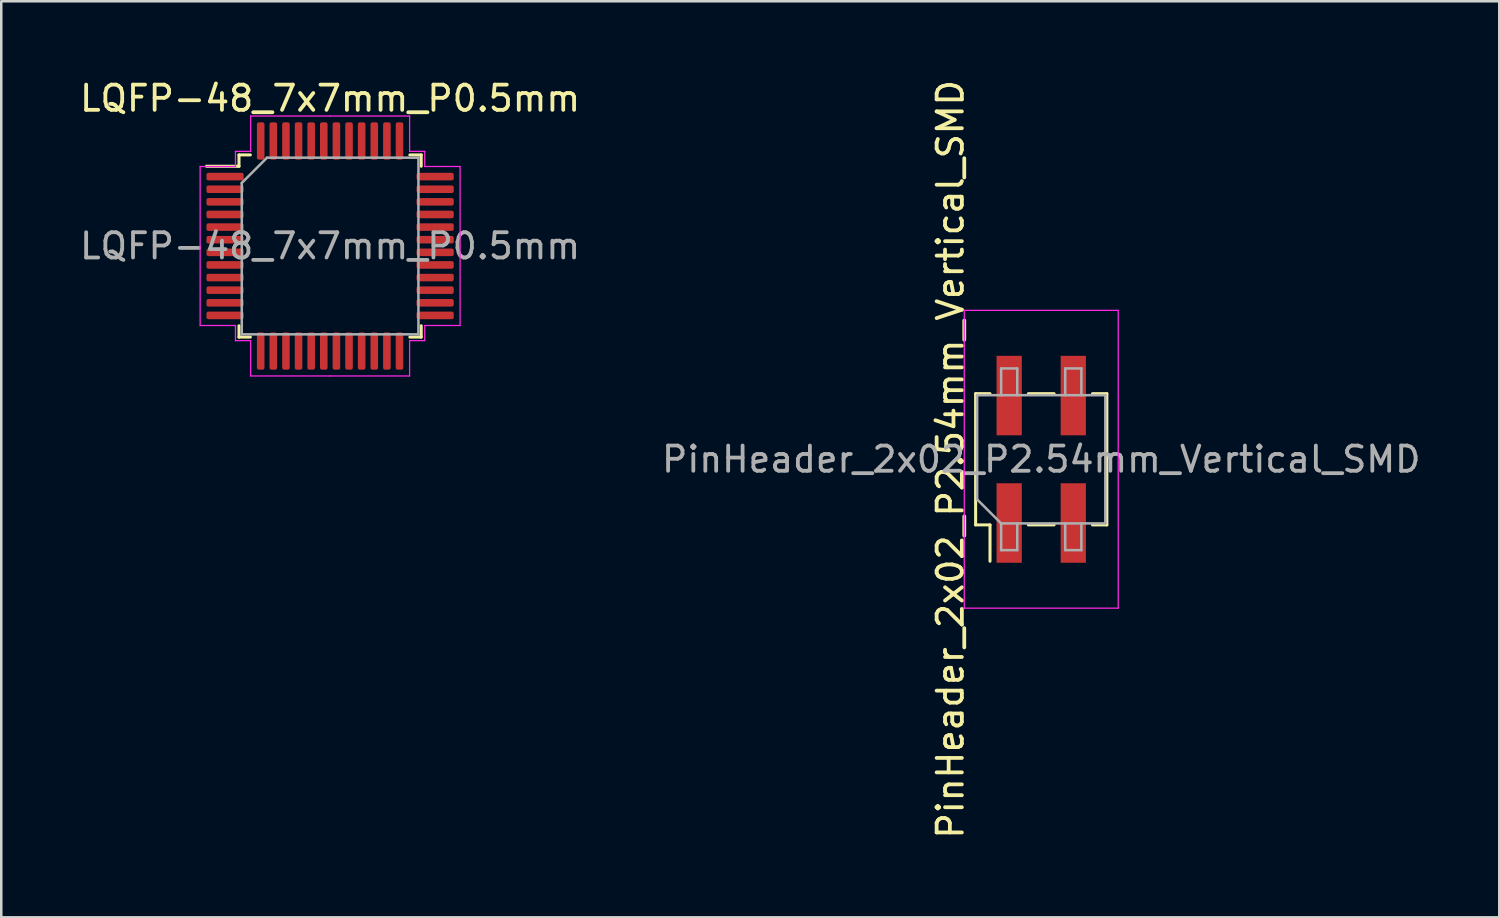
<source format=kicad_pcb>
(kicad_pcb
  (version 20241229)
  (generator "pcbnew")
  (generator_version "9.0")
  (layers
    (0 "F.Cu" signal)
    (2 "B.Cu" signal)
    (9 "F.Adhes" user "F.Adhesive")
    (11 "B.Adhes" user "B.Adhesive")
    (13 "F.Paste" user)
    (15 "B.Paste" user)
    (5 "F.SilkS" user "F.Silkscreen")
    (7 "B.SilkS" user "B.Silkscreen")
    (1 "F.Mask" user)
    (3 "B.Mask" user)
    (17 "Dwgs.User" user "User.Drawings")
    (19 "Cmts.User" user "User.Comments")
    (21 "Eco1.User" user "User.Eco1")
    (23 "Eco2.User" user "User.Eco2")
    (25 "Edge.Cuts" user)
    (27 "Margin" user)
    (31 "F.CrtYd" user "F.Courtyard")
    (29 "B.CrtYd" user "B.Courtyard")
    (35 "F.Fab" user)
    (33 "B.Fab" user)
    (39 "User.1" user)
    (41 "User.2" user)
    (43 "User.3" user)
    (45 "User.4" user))
  (footprint "LQFP-48_7x7mm_P0.5mm"
    (layer "F.Cu")
    (at 10.03 6.698)
    (property "Reference" "LQFP-48_7x7mm_P0.5mm" (at 0 -5.85 0) (layer "F.SilkS") (effects (font (size 1 1) (thickness 0.15))))
    (attr smd)
    (fp_line (start -3.61 -3.61) (end -3.61 -3.16) (stroke (width 0.12) (type solid)) (layer "F.SilkS"))
    (fp_line (start -3.61 -3.16) (end -4.9 -3.16) (stroke (width 0.12) (type solid)) (layer "F.SilkS"))
    (fp_line (start -3.61 3.61) (end -3.61 3.16) (stroke (width 0.12) (type solid)) (layer "F.SilkS"))
    (fp_line (start -3.16 -3.61) (end -3.61 -3.61) (stroke (width 0.12) (type solid)) (layer "F.SilkS"))
    (fp_line (start -3.16 3.61) (end -3.61 3.61) (stroke (width 0.12) (type solid)) (layer "F.SilkS"))
    (fp_line (start 3.16 -3.61) (end 3.61 -3.61) (stroke (width 0.12) (type solid)) (layer "F.SilkS"))
    (fp_line (start 3.16 3.61) (end 3.61 3.61) (stroke (width 0.12) (type solid)) (layer "F.SilkS"))
    (fp_line (start 3.61 -3.61) (end 3.61 -3.16) (stroke (width 0.12) (type solid)) (layer "F.SilkS"))
    (fp_line (start 3.61 3.61) (end 3.61 3.16) (stroke (width 0.12) (type solid)) (layer "F.SilkS"))
    (fp_line (start -5.15 -3.15) (end -5.15 0) (stroke (width 0.05) (type solid)) (layer "F.CrtYd"))
    (fp_line (start -5.15 3.15) (end -5.15 0) (stroke (width 0.05) (type solid)) (layer "F.CrtYd"))
    (fp_line (start -3.75 -3.75) (end -3.75 -3.15) (stroke (width 0.05) (type solid)) (layer "F.CrtYd"))
    (fp_line (start -3.75 -3.15) (end -5.15 -3.15) (stroke (width 0.05) (type solid)) (layer "F.CrtYd"))
    (fp_line (start -3.75 3.15) (end -5.15 3.15) (stroke (width 0.05) (type solid)) (layer "F.CrtYd"))
    (fp_line (start -3.75 3.75) (end -3.75 3.15) (stroke (width 0.05) (type solid)) (layer "F.CrtYd"))
    (fp_line (start -3.15 -5.15) (end -3.15 -3.75) (stroke (width 0.05) (type solid)) (layer "F.CrtYd"))
    (fp_line (start -3.15 -3.75) (end -3.75 -3.75) (stroke (width 0.05) (type solid)) (layer "F.CrtYd"))
    (fp_line (start -3.15 3.75) (end -3.75 3.75) (stroke (width 0.05) (type solid)) (layer "F.CrtYd"))
    (fp_line (start -3.15 5.15) (end -3.15 3.75) (stroke (width 0.05) (type solid)) (layer "F.CrtYd"))
    (fp_line (start 0 -5.15) (end -3.15 -5.15) (stroke (width 0.05) (type solid)) (layer "F.CrtYd"))
    (fp_line (start 0 -5.15) (end 3.15 -5.15) (stroke (width 0.05) (type solid)) (layer "F.CrtYd"))
    (fp_line (start 0 5.15) (end -3.15 5.15) (stroke (width 0.05) (type solid)) (layer "F.CrtYd"))
    (fp_line (start 0 5.15) (end 3.15 5.15) (stroke (width 0.05) (type solid)) (layer "F.CrtYd"))
    (fp_line (start 3.15 -5.15) (end 3.15 -3.75) (stroke (width 0.05) (type solid)) (layer "F.CrtYd"))
    (fp_line (start 3.15 -3.75) (end 3.75 -3.75) (stroke (width 0.05) (type solid)) (layer "F.CrtYd"))
    (fp_line (start 3.15 3.75) (end 3.75 3.75) (stroke (width 0.05) (type solid)) (layer "F.CrtYd"))
    (fp_line (start 3.15 5.15) (end 3.15 3.75) (stroke (width 0.05) (type solid)) (layer "F.CrtYd"))
    (fp_line (start 3.75 -3.75) (end 3.75 -3.15) (stroke (width 0.05) (type solid)) (layer "F.CrtYd"))
    (fp_line (start 3.75 -3.15) (end 5.15 -3.15) (stroke (width 0.05) (type solid)) (layer "F.CrtYd"))
    (fp_line (start 3.75 3.15) (end 5.15 3.15) (stroke (width 0.05) (type solid)) (layer "F.CrtYd"))
    (fp_line (start 3.75 3.75) (end 3.75 3.15) (stroke (width 0.05) (type solid)) (layer "F.CrtYd"))
    (fp_line (start 5.15 -3.15) (end 5.15 0) (stroke (width 0.05) (type solid)) (layer "F.CrtYd"))
    (fp_line (start 5.15 3.15) (end 5.15 0) (stroke (width 0.05) (type solid)) (layer "F.CrtYd"))
    (fp_line (start -3.5 -2.5) (end -2.5 -3.5) (stroke (width 0.1) (type solid)) (layer "F.Fab"))
    (fp_line (start -3.5 3.5) (end -3.5 -2.5) (stroke (width 0.1) (type solid)) (layer "F.Fab"))
    (fp_line (start -2.5 -3.5) (end 3.5 -3.5) (stroke (width 0.1) (type solid)) (layer "F.Fab"))
    (fp_line (start 3.5 -3.5) (end 3.5 3.5) (stroke (width 0.1) (type solid)) (layer "F.Fab"))
    (fp_line (start 3.5 3.5) (end -3.5 3.5) (stroke (width 0.1) (type solid)) (layer "F.Fab"))
    (fp_text user "${REFERENCE}" (at 0 0 0) (layer "F.Fab") (effects (font (size 1 1) (thickness 0.15))))
    (pad "1" smd roundrect (at -4.162 -2.75) (size 1.475 0.3) (layers "F.Cu" "F.Mask" "F.Paste") (roundrect_rratio 0.25))
    (pad "2" smd roundrect (at -4.162 -2.25) (size 1.475 0.3) (layers "F.Cu" "F.Mask" "F.Paste") (roundrect_rratio 0.25))
    (pad "3" smd roundrect (at -4.162 -1.75) (size 1.475 0.3) (layers "F.Cu" "F.Mask" "F.Paste") (roundrect_rratio 0.25))
    (pad "4" smd roundrect (at -4.162 -1.25) (size 1.475 0.3) (layers "F.Cu" "F.Mask" "F.Paste") (roundrect_rratio 0.25))
    (pad "5" smd roundrect (at -4.162 -0.75) (size 1.475 0.3) (layers "F.Cu" "F.Mask" "F.Paste") (roundrect_rratio 0.25))
    (pad "6" smd roundrect (at -4.162 -0.25) (size 1.475 0.3) (layers "F.Cu" "F.Mask" "F.Paste") (roundrect_rratio 0.25))
    (pad "7" smd roundrect (at -4.162 0.25) (size 1.475 0.3) (layers "F.Cu" "F.Mask" "F.Paste") (roundrect_rratio 0.25))
    (pad "8" smd roundrect (at -4.162 0.75) (size 1.475 0.3) (layers "F.Cu" "F.Mask" "F.Paste") (roundrect_rratio 0.25))
    (pad "9" smd roundrect (at -4.162 1.25) (size 1.475 0.3) (layers "F.Cu" "F.Mask" "F.Paste") (roundrect_rratio 0.25))
    (pad "10" smd roundrect (at -4.162 1.75) (size 1.475 0.3) (layers "F.Cu" "F.Mask" "F.Paste") (roundrect_rratio 0.25))
    (pad "11" smd roundrect (at -4.162 2.25) (size 1.475 0.3) (layers "F.Cu" "F.Mask" "F.Paste") (roundrect_rratio 0.25))
    (pad "12" smd roundrect (at -4.162 2.75) (size 1.475 0.3) (layers "F.Cu" "F.Mask" "F.Paste") (roundrect_rratio 0.25))
    (pad "13" smd roundrect (at -2.75 4.162) (size 0.3 1.475) (layers "F.Cu" "F.Mask" "F.Paste") (roundrect_rratio 0.25))
    (pad "14" smd roundrect (at -2.25 4.162) (size 0.3 1.475) (layers "F.Cu" "F.Mask" "F.Paste") (roundrect_rratio 0.25))
    (pad "15" smd roundrect (at -1.75 4.162) (size 0.3 1.475) (layers "F.Cu" "F.Mask" "F.Paste") (roundrect_rratio 0.25))
    (pad "16" smd roundrect (at -1.25 4.162) (size 0.3 1.475) (layers "F.Cu" "F.Mask" "F.Paste") (roundrect_rratio 0.25))
    (pad "17" smd roundrect (at -0.75 4.162) (size 0.3 1.475) (layers "F.Cu" "F.Mask" "F.Paste") (roundrect_rratio 0.25))
    (pad "18" smd roundrect (at -0.25 4.162) (size 0.3 1.475) (layers "F.Cu" "F.Mask" "F.Paste") (roundrect_rratio 0.25))
    (pad "19" smd roundrect (at 0.25 4.162) (size 0.3 1.475) (layers "F.Cu" "F.Mask" "F.Paste") (roundrect_rratio 0.25))
    (pad "20" smd roundrect (at 0.75 4.162) (size 0.3 1.475) (layers "F.Cu" "F.Mask" "F.Paste") (roundrect_rratio 0.25))
    (pad "21" smd roundrect (at 1.25 4.162) (size 0.3 1.475) (layers "F.Cu" "F.Mask" "F.Paste") (roundrect_rratio 0.25))
    (pad "22" smd roundrect (at 1.75 4.162) (size 0.3 1.475) (layers "F.Cu" "F.Mask" "F.Paste") (roundrect_rratio 0.25))
    (pad "23" smd roundrect (at 2.25 4.162) (size 0.3 1.475) (layers "F.Cu" "F.Mask" "F.Paste") (roundrect_rratio 0.25))
    (pad "24" smd roundrect (at 2.75 4.162) (size 0.3 1.475) (layers "F.Cu" "F.Mask" "F.Paste") (roundrect_rratio 0.25))
    (pad "25" smd roundrect (at 4.162 2.75) (size 1.475 0.3) (layers "F.Cu" "F.Mask" "F.Paste") (roundrect_rratio 0.25))
    (pad "26" smd roundrect (at 4.162 2.25) (size 1.475 0.3) (layers "F.Cu" "F.Mask" "F.Paste") (roundrect_rratio 0.25))
    (pad "27" smd roundrect (at 4.162 1.75) (size 1.475 0.3) (layers "F.Cu" "F.Mask" "F.Paste") (roundrect_rratio 0.25))
    (pad "28" smd roundrect (at 4.162 1.25) (size 1.475 0.3) (layers "F.Cu" "F.Mask" "F.Paste") (roundrect_rratio 0.25))
    (pad "29" smd roundrect (at 4.162 0.75) (size 1.475 0.3) (layers "F.Cu" "F.Mask" "F.Paste") (roundrect_rratio 0.25))
    (pad "30" smd roundrect (at 4.162 0.25) (size 1.475 0.3) (layers "F.Cu" "F.Mask" "F.Paste") (roundrect_rratio 0.25))
    (pad "31" smd roundrect (at 4.162 -0.25) (size 1.475 0.3) (layers "F.Cu" "F.Mask" "F.Paste") (roundrect_rratio 0.25))
    (pad "32" smd roundrect (at 4.162 -0.75) (size 1.475 0.3) (layers "F.Cu" "F.Mask" "F.Paste") (roundrect_rratio 0.25))
    (pad "33" smd roundrect (at 4.162 -1.25) (size 1.475 0.3) (layers "F.Cu" "F.Mask" "F.Paste") (roundrect_rratio 0.25))
    (pad "34" smd roundrect (at 4.162 -1.75) (size 1.475 0.3) (layers "F.Cu" "F.Mask" "F.Paste") (roundrect_rratio 0.25))
    (pad "35" smd roundrect (at 4.162 -2.25) (size 1.475 0.3) (layers "F.Cu" "F.Mask" "F.Paste") (roundrect_rratio 0.25))
    (pad "36" smd roundrect (at 4.162 -2.75) (size 1.475 0.3) (layers "F.Cu" "F.Mask" "F.Paste") (roundrect_rratio 0.25))
    (pad "37" smd roundrect (at 2.75 -4.162) (size 0.3 1.475) (layers "F.Cu" "F.Mask" "F.Paste") (roundrect_rratio 0.25))
    (pad "38" smd roundrect (at 2.25 -4.162) (size 0.3 1.475) (layers "F.Cu" "F.Mask" "F.Paste") (roundrect_rratio 0.25))
    (pad "39" smd roundrect (at 1.75 -4.162) (size 0.3 1.475) (layers "F.Cu" "F.Mask" "F.Paste") (roundrect_rratio 0.25))
    (pad "40" smd roundrect (at 1.25 -4.162) (size 0.3 1.475) (layers "F.Cu" "F.Mask" "F.Paste") (roundrect_rratio 0.25))
    (pad "41" smd roundrect (at 0.75 -4.162) (size 0.3 1.475) (layers "F.Cu" "F.Mask" "F.Paste") (roundrect_rratio 0.25))
    (pad "42" smd roundrect (at 0.25 -4.162) (size 0.3 1.475) (layers "F.Cu" "F.Mask" "F.Paste") (roundrect_rratio 0.25))
    (pad "43" smd roundrect (at -0.25 -4.162) (size 0.3 1.475) (layers "F.Cu" "F.Mask" "F.Paste") (roundrect_rratio 0.25))
    (pad "44" smd roundrect (at -0.75 -4.162) (size 0.3 1.475) (layers "F.Cu" "F.Mask" "F.Paste") (roundrect_rratio 0.25))
    (pad "45" smd roundrect (at -1.25 -4.162) (size 0.3 1.475) (layers "F.Cu" "F.Mask" "F.Paste") (roundrect_rratio 0.25))
    (pad "46" smd roundrect (at -1.75 -4.162) (size 0.3 1.475) (layers "F.Cu" "F.Mask" "F.Paste") (roundrect_rratio 0.25))
    (pad "47" smd roundrect (at -2.25 -4.162) (size 0.3 1.475) (layers "F.Cu" "F.Mask" "F.Paste") (roundrect_rratio 0.25))
    (pad "48" smd roundrect (at -2.75 -4.162) (size 0.3 1.475) (layers "F.Cu" "F.Mask" "F.Paste") (roundrect_rratio 0.25)))
  (footprint "PinHeader_2x02_P2.54mm_Vertical_SMD"
    (layer "F.Cu")
    (at 38.208 15.149)
    (property "Reference" "PinHeader_2x02_P2.54mm_Vertical_SMD" (at -3.6 0 90) (layer "F.SilkS") (effects (font (size 1 1) (thickness 0.15))))
    (attr smd)
    (fp_line (start -2.6 -2.6) (end -2.03 -2.6) (stroke (width 0.12) (type solid)) (layer "F.SilkS"))
    (fp_line (start -2.6 2.6) (end -2.6 -2.6) (stroke (width 0.12) (type solid)) (layer "F.SilkS"))
    (fp_line (start -2.6 2.6) (end -2.03 2.6) (stroke (width 0.12) (type solid)) (layer "F.SilkS"))
    (fp_line (start -2.03 4.04) (end -2.03 2.6) (stroke (width 0.12) (type solid)) (layer "F.SilkS"))
    (fp_line (start -0.51 -2.6) (end 0.51 -2.6) (stroke (width 0.12) (type solid)) (layer "F.SilkS"))
    (fp_line (start -0.51 2.6) (end 0.51 2.6) (stroke (width 0.12) (type solid)) (layer "F.SilkS"))
    (fp_line (start 2.03 -2.6) (end 2.6 -2.6) (stroke (width 0.12) (type solid)) (layer "F.SilkS"))
    (fp_line (start 2.03 2.6) (end 2.6 2.6) (stroke (width 0.12) (type solid)) (layer "F.SilkS"))
    (fp_line (start 2.6 2.6) (end 2.6 -2.6) (stroke (width 0.12) (type solid)) (layer "F.SilkS"))
    (fp_line (start -3.05 -5.9) (end -3.05 5.9) (stroke (width 0.05) (type solid)) (layer "F.CrtYd"))
    (fp_line (start -3.05 5.9) (end 3.05 5.9) (stroke (width 0.05) (type solid)) (layer "F.CrtYd"))
    (fp_line (start 3.05 -5.9) (end -3.05 -5.9) (stroke (width 0.05) (type solid)) (layer "F.CrtYd"))
    (fp_line (start 3.05 5.9) (end 3.05 -5.9) (stroke (width 0.05) (type solid)) (layer "F.CrtYd"))
    (fp_line (start -2.54 -2.54) (end 2.54 -2.54) (stroke (width 0.1) (type solid)) (layer "F.Fab"))
    (fp_line (start -2.54 1.59) (end -2.54 -2.54) (stroke (width 0.1) (type solid)) (layer "F.Fab"))
    (fp_line (start -1.59 -3.6) (end -0.95 -3.6) (stroke (width 0.1) (type solid)) (layer "F.Fab"))
    (fp_line (start -1.59 -2.54) (end -1.59 -3.6) (stroke (width 0.1) (type solid)) (layer "F.Fab"))
    (fp_line (start -1.59 2.54) (end -2.54 1.59) (stroke (width 0.1) (type solid)) (layer "F.Fab"))
    (fp_line (start -1.59 2.54) (end -1.59 3.6) (stroke (width 0.1) (type solid)) (layer "F.Fab"))
    (fp_line (start -1.59 3.6) (end -0.95 3.6) (stroke (width 0.1) (type solid)) (layer "F.Fab"))
    (fp_line (start -0.95 -3.6) (end -0.95 -2.54) (stroke (width 0.1) (type solid)) (layer "F.Fab"))
    (fp_line (start -0.95 3.6) (end -0.95 2.54) (stroke (width 0.1) (type solid)) (layer "F.Fab"))
    (fp_line (start 0.95 -3.6) (end 1.59 -3.6) (stroke (width 0.1) (type solid)) (layer "F.Fab"))
    (fp_line (start 0.95 -2.54) (end 0.95 -3.6) (stroke (width 0.1) (type solid)) (layer "F.Fab"))
    (fp_line (start 0.95 2.54) (end 0.95 3.6) (stroke (width 0.1) (type solid)) (layer "F.Fab"))
    (fp_line (start 0.95 3.6) (end 1.59 3.6) (stroke (width 0.1) (type solid)) (layer "F.Fab"))
    (fp_line (start 1.59 -3.6) (end 1.59 -2.54) (stroke (width 0.1) (type solid)) (layer "F.Fab"))
    (fp_line (start 1.59 3.6) (end 1.59 2.54) (stroke (width 0.1) (type solid)) (layer "F.Fab"))
    (fp_line (start 2.54 -2.54) (end 2.54 2.54) (stroke (width 0.1) (type solid)) (layer "F.Fab"))
    (fp_line (start 2.54 2.54) (end -1.59 2.54) (stroke (width 0.1) (type solid)) (layer "F.Fab"))
    (fp_text user "${REFERENCE}" (at 0 0 180) (layer "F.Fab") (effects (font (size 1 1) (thickness 0.15))))
    (pad "1" smd rect (at -1.27 -2.525 270) (size 3.15 1) (layers "F.Cu" "F.Mask" "F.Paste"))
    (pad "2" smd rect (at -1.27 2.525 270) (size 3.15 1) (layers "F.Cu" "F.Mask" "F.Paste"))
    (pad "3" smd rect (at 1.27 -2.525 270) (size 3.15 1) (layers "F.Cu" "F.Mask" "F.Paste"))
    (pad "4" smd rect (at 1.27 2.525 270) (size 3.15 1) (layers "F.Cu" "F.Mask" "F.Paste")))
  (gr_rect
    (start -3 -3)
    (end 56.357 33.298)
    (stroke (width 0.1) (type default))
    (fill no)
    (layer "Edge.Cuts")))
</source>
